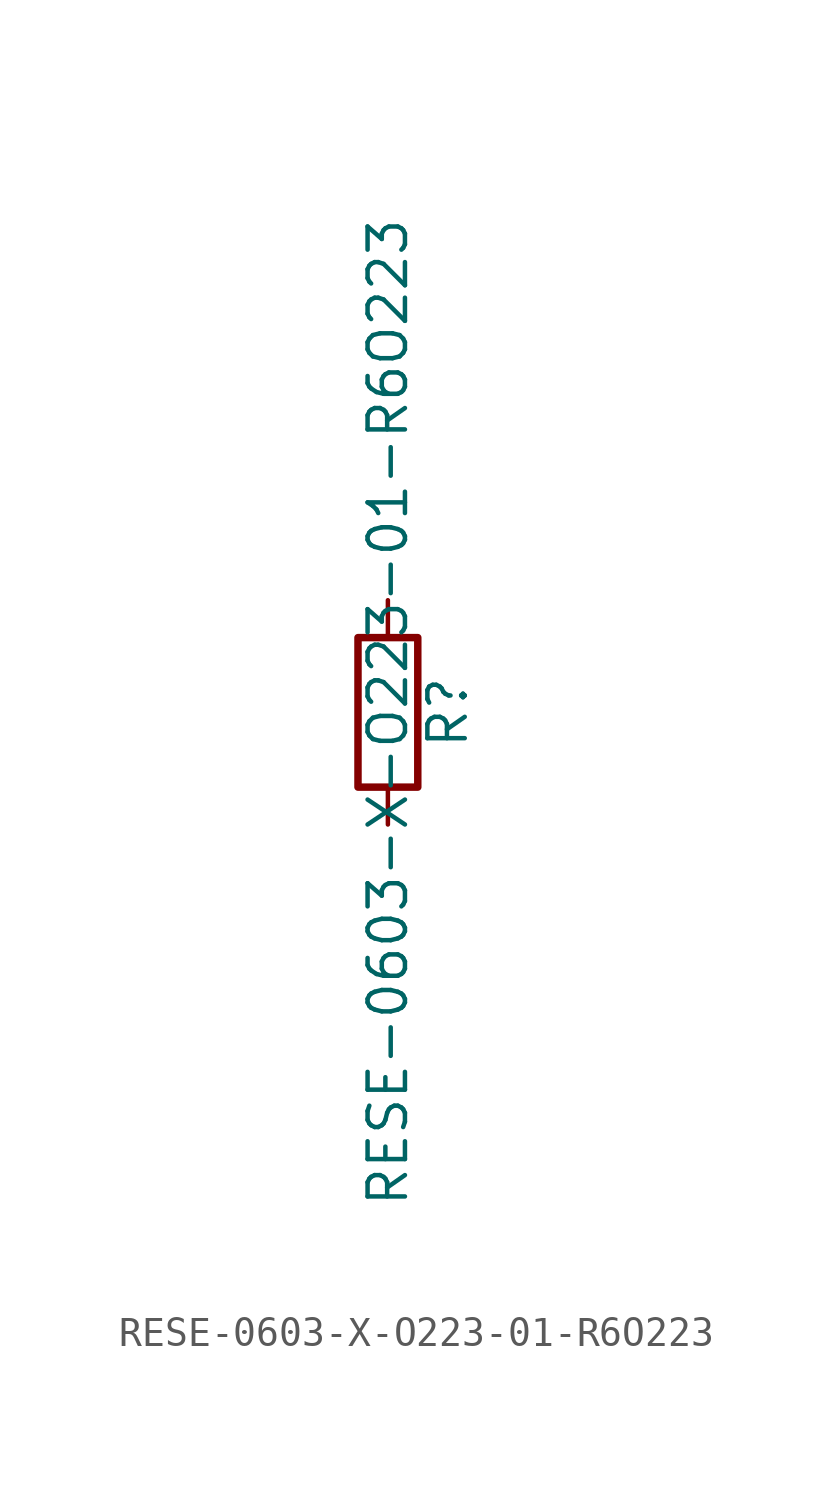
<source format=kicad_sym>
(kicad_symbol_lib
  (version 20211014)
  (generator kicad_symbol_editor)
  (symbol "RESE-0603-X-O223-01-R6O223"
    (pin_numbers hide)
    (pin_names
      (offset 0))
    (property "Reference" "R"
      (at 2.032 0 90)
      (effects (font (size 1.27 1.27))))
    (property "Value" "RESE-0603-X-O223-01-R6O223"
      (at 0 0 90)
      (effects (font (size 1.27 1.27))))
    (symbol "RESE-0603-X-O223-01-R6O223_0_1"
      (rectangle (start -1.016 -2.54) (end 1.016 2.54) (stroke (width 0.254) (type default) (color 0 0 0 0)) (fill (type none))))
    (symbol "RESE-0603-X-O223-01-R6O223_1_1"
      (pin passive line (at 0 3.81 270) (length 1.27) (name "~" (effects (font (size 1.27 1.27)))) (number "1" (effects (font (size 1.27 1.27)))))
      (pin passive line (at 0 -3.81 90) (length 1.27) (name "~" (effects (font (size 1.27 1.27)))) (number "2" (effects (font (size 1.27 1.27))))))))
</source>
